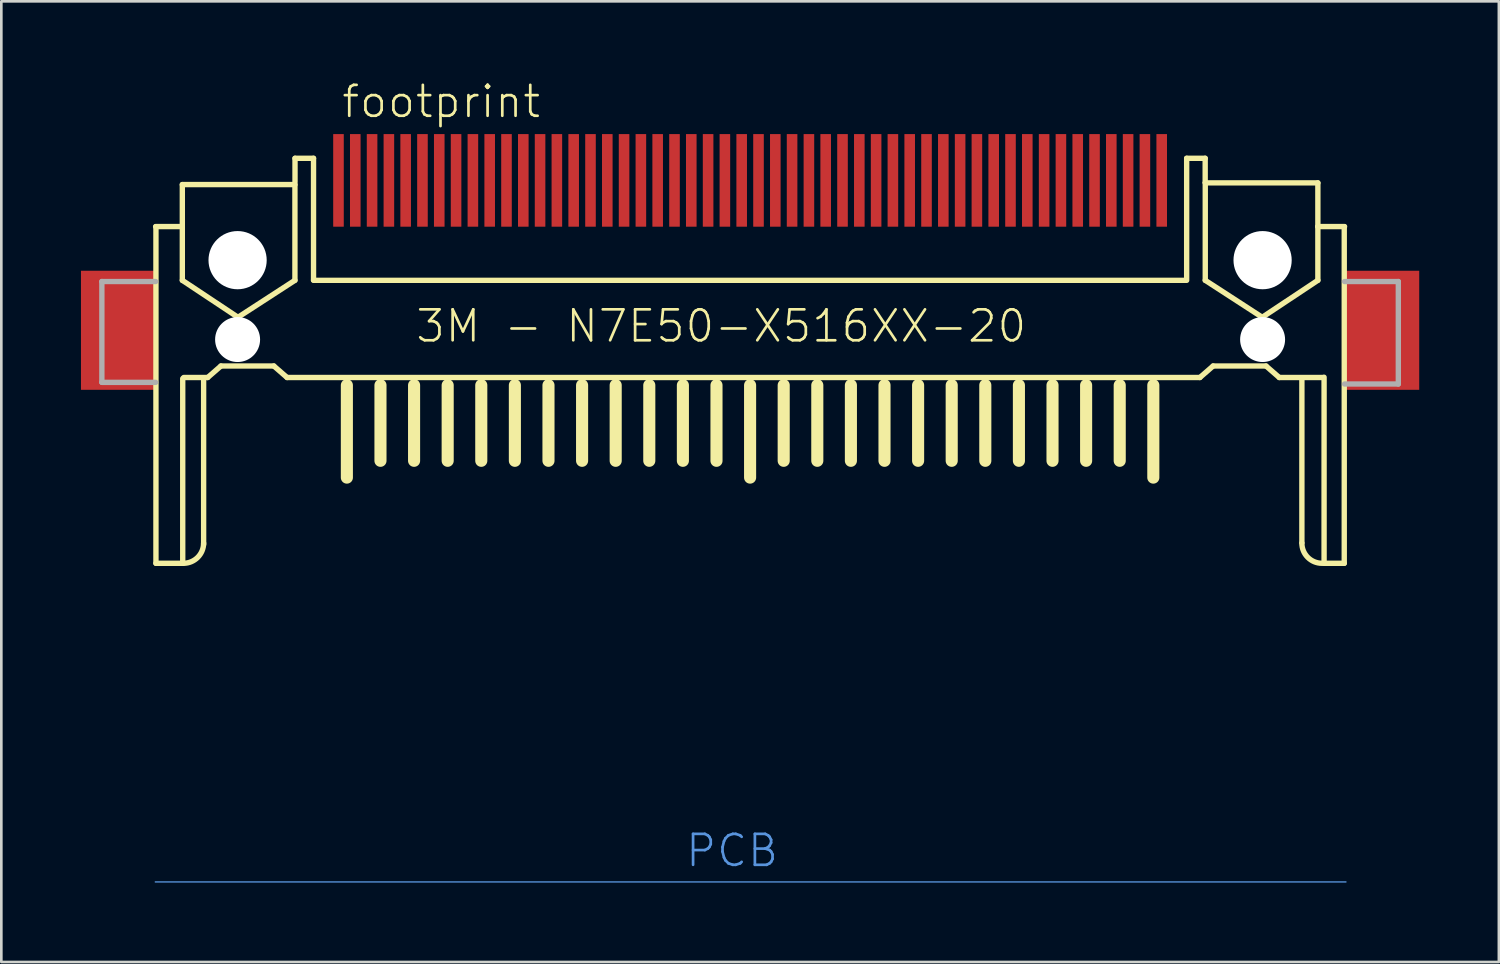
<source format=kicad_pcb>
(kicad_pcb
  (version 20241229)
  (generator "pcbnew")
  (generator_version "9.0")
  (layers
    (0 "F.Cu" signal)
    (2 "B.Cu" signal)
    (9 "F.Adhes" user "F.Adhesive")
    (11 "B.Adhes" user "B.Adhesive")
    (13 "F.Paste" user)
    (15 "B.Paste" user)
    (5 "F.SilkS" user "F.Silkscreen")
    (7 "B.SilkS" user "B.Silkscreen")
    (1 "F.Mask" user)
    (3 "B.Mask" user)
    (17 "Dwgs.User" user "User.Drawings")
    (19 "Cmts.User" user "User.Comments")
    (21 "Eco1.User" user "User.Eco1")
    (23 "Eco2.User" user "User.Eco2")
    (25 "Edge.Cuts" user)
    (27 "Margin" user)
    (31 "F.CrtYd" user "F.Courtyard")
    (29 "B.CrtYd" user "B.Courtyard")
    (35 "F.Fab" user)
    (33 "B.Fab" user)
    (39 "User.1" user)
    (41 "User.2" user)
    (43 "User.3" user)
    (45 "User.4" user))
  (footprint "footprint"
    (layer "F.Cu")
    (at 25.3 9.783)
    (property "Reference" "footprint" (at -15.495 -8.31 0) (layer "F.SilkS") (effects (font (size 1.168 1.168) (thickness 0.102)) (justify left bottom)))
    (fp_poly (pts (xy -25.29 1.9) (xy -22.49 1.9) (xy -22.49 -2.6) (xy -25.29 -2.6)) (stroke (width 0) (type solid)) (fill yes) (layer "F.Cu"))
    (fp_poly (pts (xy 22.49 1.9) (xy 25.29 1.9) (xy 25.29 -2.6) (xy 22.49 -2.6)) (stroke (width 0) (type solid)) (fill yes) (layer "F.Cu"))
    (fp_poly (pts (xy -25.3 1.9) (xy -22.5 1.9) (xy -22.5 -2.6) (xy -25.3 -2.6)) (stroke (width 0) (type solid)) (fill yes) (layer "F.Mask"))
    (fp_poly (pts (xy 22.5 1.9) (xy 25.3 1.9) (xy 25.3 -2.6) (xy 22.5 -2.6)) (stroke (width 0) (type solid)) (fill yes) (layer "F.Mask"))
    (fp_line (start -22.468 -4.27) (end -21.459 -4.27) (stroke (width 0.203) (type solid)) (layer "F.SilkS"))
    (fp_line (start -22.456 8.457) (end -22.456 -4.266) (stroke (width 0.203) (type solid)) (layer "F.SilkS"))
    (fp_line (start -21.459 -5.857) (end -17.203 -5.857) (stroke (width 0.203) (type solid)) (layer "F.SilkS"))
    (fp_line (start -21.459 -4.27) (end -21.459 -5.857) (stroke (width 0.203) (type solid)) (layer "F.SilkS"))
    (fp_line (start -21.459 -2.238) (end -21.459 -4.27) (stroke (width 0.203) (type solid)) (layer "F.SilkS"))
    (fp_line (start -21.444 1.476) (end -21.444 8.457) (stroke (width 0.203) (type solid)) (layer "F.SilkS"))
    (fp_line (start -21.444 8.457) (end -22.456 8.457) (stroke (width 0.203) (type solid)) (layer "F.SilkS"))
    (fp_line (start -21.406 1.435) (end -20.5 1.435) (stroke (width 0.203) (type solid)) (layer "F.SilkS"))
    (fp_line (start -20.654 1.452) (end -20.654 7.745) (stroke (width 0.203) (type solid)) (layer "F.SilkS"))
    (fp_line (start -20.5 1.435) (end -20 1) (stroke (width 0.203) (type solid)) (layer "F.SilkS"))
    (fp_line (start -20 1) (end -18 1) (stroke (width 0.203) (type solid)) (layer "F.SilkS"))
    (fp_line (start -19.356 -0.841) (end -21.459 -2.238) (stroke (width 0.203) (type solid)) (layer "F.SilkS"))
    (fp_line (start -18 1) (end -17.5 1.435) (stroke (width 0.203) (type solid)) (layer "F.SilkS"))
    (fp_line (start -17.5 1.435) (end 17 1.435) (stroke (width 0.203) (type solid)) (layer "F.SilkS"))
    (fp_line (start -17.203 -5.857) (end -17.203 -2.238) (stroke (width 0.203) (type solid)) (layer "F.SilkS"))
    (fp_line (start -17.203 -2.238) (end -19.356 -0.841) (stroke (width 0.203) (type solid)) (layer "F.SilkS"))
    (fp_line (start -17.2 -6.85) (end -17.2 -5.95) (stroke (width 0.203) (type solid)) (layer "F.SilkS"))
    (fp_line (start -16.5 -6.85) (end -17.2 -6.85) (stroke (width 0.203) (type solid)) (layer "F.SilkS"))
    (fp_line (start -16.5 -6.85) (end -16.5 -2.25) (stroke (width 0.203) (type solid)) (layer "F.SilkS"))
    (fp_line (start -16.5 -2.238) (end 16.5 -2.238) (stroke (width 0.203) (type solid)) (layer "F.SilkS"))
    (fp_line (start -15.24 1.726) (end -15.24 5.218) (stroke (width 0.457) (type solid)) (layer "F.SilkS"))
    (fp_line (start -13.97 1.726) (end -13.97 4.583) (stroke (width 0.457) (type solid)) (layer "F.SilkS"))
    (fp_line (start -12.7 1.726) (end -12.7 4.583) (stroke (width 0.457) (type solid)) (layer "F.SilkS"))
    (fp_line (start -11.43 1.726) (end -11.43 4.583) (stroke (width 0.457) (type solid)) (layer "F.SilkS"))
    (fp_line (start -10.16 1.726) (end -10.16 4.583) (stroke (width 0.457) (type solid)) (layer "F.SilkS"))
    (fp_line (start -8.89 1.726) (end -8.89 4.583) (stroke (width 0.457) (type solid)) (layer "F.SilkS"))
    (fp_line (start -7.62 1.726) (end -7.62 4.583) (stroke (width 0.457) (type solid)) (layer "F.SilkS"))
    (fp_line (start -6.35 1.726) (end -6.35 4.583) (stroke (width 0.457) (type solid)) (layer "F.SilkS"))
    (fp_line (start -5.08 1.726) (end -5.08 4.583) (stroke (width 0.457) (type solid)) (layer "F.SilkS"))
    (fp_line (start -3.81 1.726) (end -3.81 4.583) (stroke (width 0.457) (type solid)) (layer "F.SilkS"))
    (fp_line (start -2.54 1.726) (end -2.54 4.583) (stroke (width 0.457) (type solid)) (layer "F.SilkS"))
    (fp_line (start -1.27 1.726) (end -1.27 4.583) (stroke (width 0.457) (type solid)) (layer "F.SilkS"))
    (fp_line (start 0 1.726) (end 0 5.218) (stroke (width 0.457) (type solid)) (layer "F.SilkS"))
    (fp_line (start 1.27 1.726) (end 1.27 4.583) (stroke (width 0.457) (type solid)) (layer "F.SilkS"))
    (fp_line (start 2.54 1.726) (end 2.54 4.583) (stroke (width 0.457) (type solid)) (layer "F.SilkS"))
    (fp_line (start 3.81 1.726) (end 3.81 4.583) (stroke (width 0.457) (type solid)) (layer "F.SilkS"))
    (fp_line (start 5.08 1.726) (end 5.08 4.583) (stroke (width 0.457) (type solid)) (layer "F.SilkS"))
    (fp_line (start 6.35 1.726) (end 6.35 4.583) (stroke (width 0.457) (type solid)) (layer "F.SilkS"))
    (fp_line (start 7.62 1.726) (end 7.62 4.583) (stroke (width 0.457) (type solid)) (layer "F.SilkS"))
    (fp_line (start 8.89 1.726) (end 8.89 4.583) (stroke (width 0.457) (type solid)) (layer "F.SilkS"))
    (fp_line (start 10.16 1.726) (end 10.16 4.583) (stroke (width 0.457) (type solid)) (layer "F.SilkS"))
    (fp_line (start 11.43 1.726) (end 11.43 4.583) (stroke (width 0.457) (type solid)) (layer "F.SilkS"))
    (fp_line (start 12.7 1.726) (end 12.7 4.583) (stroke (width 0.457) (type solid)) (layer "F.SilkS"))
    (fp_line (start 13.97 1.726) (end 13.97 4.583) (stroke (width 0.457) (type solid)) (layer "F.SilkS"))
    (fp_line (start 15.24 1.726) (end 15.24 5.218) (stroke (width 0.457) (type solid)) (layer "F.SilkS"))
    (fp_line (start 16.5 -6.85) (end 16.5 -2.3) (stroke (width 0.203) (type solid)) (layer "F.SilkS"))
    (fp_line (start 17 1.435) (end 17.5 1) (stroke (width 0.203) (type solid)) (layer "F.SilkS"))
    (fp_line (start 17.2 -6.85) (end 16.5 -6.85) (stroke (width 0.203) (type solid)) (layer "F.SilkS"))
    (fp_line (start 17.2 -5.95) (end 17.2 -6.85) (stroke (width 0.203) (type solid)) (layer "F.SilkS"))
    (fp_line (start 17.203 -5.921) (end 21.459 -5.921) (stroke (width 0.203) (type solid)) (layer "F.SilkS"))
    (fp_line (start 17.203 -2.238) (end 17.203 -5.921) (stroke (width 0.203) (type solid)) (layer "F.SilkS"))
    (fp_line (start 17.5 1) (end 19.5 1) (stroke (width 0.203) (type solid)) (layer "F.SilkS"))
    (fp_line (start 19.356 -0.841) (end 17.203 -2.238) (stroke (width 0.203) (type solid)) (layer "F.SilkS"))
    (fp_line (start 19.5 1) (end 20 1.435) (stroke (width 0.203) (type solid)) (layer "F.SilkS"))
    (fp_line (start 20 1.435) (end 21.656 1.435) (stroke (width 0.203) (type solid)) (layer "F.SilkS"))
    (fp_line (start 20.855 1.466) (end 20.855 7.681) (stroke (width 0.203) (type solid)) (layer "F.SilkS"))
    (fp_line (start 21.459 -5.921) (end 21.459 -4.27) (stroke (width 0.203) (type solid)) (layer "F.SilkS"))
    (fp_line (start 21.459 -4.27) (end 21.459 -2.238) (stroke (width 0.203) (type solid)) (layer "F.SilkS"))
    (fp_line (start 21.459 -4.27) (end 22.468 -4.27) (stroke (width 0.203) (type solid)) (layer "F.SilkS"))
    (fp_line (start 21.459 -2.238) (end 19.356 -0.841) (stroke (width 0.203) (type solid)) (layer "F.SilkS"))
    (fp_line (start 21.694 8.457) (end 21.694 1.425) (stroke (width 0.203) (type solid)) (layer "F.SilkS"))
    (fp_line (start 22.456 -4.266) (end 22.456 8.457) (stroke (width 0.203) (type solid)) (layer "F.SilkS"))
    (fp_line (start 22.456 8.457) (end 21.694 8.457) (stroke (width 0.203) (type solid)) (layer "F.SilkS"))
    (fp_arc (start -20.6545 7.6945) (mid -20.877685 8.233315) (end -21.4165 8.4565) (stroke (width 0.2032) (type solid)) (layer "F.SilkS"))
    (fp_arc (start 21.6165 8.4565) (mid 21.077685 8.233315) (end 20.8545 7.6945) (stroke (width 0.2032) (type solid)) (layer "F.SilkS"))
    (fp_poly (pts (xy -25.25 1.85) (xy -22.55 1.85) (xy -22.55 -2.525) (xy -25.25 -2.525)) (stroke (width 0) (type solid)) (fill yes) (layer "F.Paste"))
    (fp_poly (pts (xy 22.55 1.85) (xy 25.25 1.85) (xy 25.25 -2.55) (xy 22.55 -2.55)) (stroke (width 0) (type solid)) (fill yes) (layer "F.Paste"))
    (fp_line (start -22.48 20.5) (end 22.52 20.5) (stroke (width 0.051) (type solid)) (layer "Cmts.User"))
    (fp_line (start -24.5 -2.192) (end -22.468 -2.192) (stroke (width 0.203) (type solid)) (layer "F.Fab"))
    (fp_line (start -24.5 1.618) (end -24.5 -2.192) (stroke (width 0.203) (type solid)) (layer "F.Fab"))
    (fp_line (start -22.468 1.618) (end -24.5 1.618) (stroke (width 0.203) (type solid)) (layer "F.Fab"))
    (fp_line (start 22.468 -2.192) (end 24.5 -2.192) (stroke (width 0.203) (type solid)) (layer "F.Fab"))
    (fp_line (start 24.5 -2.192) (end 24.5 1.681) (stroke (width 0.203) (type solid)) (layer "F.Fab"))
    (fp_line (start 24.5 1.681) (end 22.468 1.681) (stroke (width 0.203) (type solid)) (layer "F.Fab"))
    (fp_text user "3M - N7E50-X516XX-20" (at -12.7 0.175 0) (layer "F.SilkS") (effects (font (size 1.168 1.168) (thickness 0.102)) (justify left bottom)))
    (fp_text user "PCB" (at -2.5 20 0) (layer "Cmts.User") (effects (font (size 1.168 1.168) (thickness 0.102)) (justify left bottom)))
    (pad "" np_thru_hole circle (at -19.37 -3) (size 2.2 2.2) (drill 2.2) (layers "*.Cu" "*.Mask"))
    (pad "" np_thru_hole circle (at -19.37 0) (size 1.7 1.7) (drill 1.7) (layers "*.Cu" "*.Mask"))
    (pad "" np_thru_hole circle (at 19.37 -3) (size 2.2 2.2) (drill 2.2) (layers "*.Cu" "*.Mask"))
    (pad "" np_thru_hole circle (at 19.37 0) (size 1.7 1.7) (drill 1.7) (layers "*.Cu" "*.Mask"))
    (pad "1" smd rect (at -15.557 -6.015) (size 0.4 3.5) (layers "F.Cu" "F.Mask" "F.Paste"))
    (pad "2" smd rect (at -14.287 -6.015) (size 0.4 3.5) (layers "F.Cu" "F.Mask" "F.Paste"))
    (pad "3" smd rect (at -13.018 -6.015) (size 0.4 3.5) (layers "F.Cu" "F.Mask" "F.Paste"))
    (pad "4" smd rect (at -11.748 -6.015) (size 0.4 3.5) (layers "F.Cu" "F.Mask" "F.Paste"))
    (pad "5" smd rect (at -10.477 -6.015) (size 0.4 3.5) (layers "F.Cu" "F.Mask" "F.Paste"))
    (pad "6" smd rect (at -9.207 -6.015) (size 0.4 3.5) (layers "F.Cu" "F.Mask" "F.Paste"))
    (pad "7" smd rect (at -7.938 -6.015) (size 0.4 3.5) (layers "F.Cu" "F.Mask" "F.Paste"))
    (pad "8" smd rect (at -6.668 -6.015) (size 0.4 3.5) (layers "F.Cu" "F.Mask" "F.Paste"))
    (pad "9" smd rect (at -5.397 -6.015) (size 0.4 3.5) (layers "F.Cu" "F.Mask" "F.Paste"))
    (pad "10" smd rect (at -4.128 -6.015) (size 0.4 3.5) (layers "F.Cu" "F.Mask" "F.Paste"))
    (pad "11" smd rect (at -2.857 -6.015) (size 0.4 3.5) (layers "F.Cu" "F.Mask" "F.Paste"))
    (pad "12" smd rect (at -1.587 -6.015) (size 0.4 3.5) (layers "F.Cu" "F.Mask" "F.Paste"))
    (pad "13" smd rect (at -0.318 -6.015) (size 0.4 3.5) (layers "F.Cu" "F.Mask" "F.Paste"))
    (pad "14" smd rect (at 0.953 -6.015) (size 0.4 3.5) (layers "F.Cu" "F.Mask" "F.Paste"))
    (pad "15" smd rect (at 2.223 -6.015) (size 0.4 3.5) (layers "F.Cu" "F.Mask" "F.Paste"))
    (pad "16" smd rect (at 3.493 -6.015) (size 0.4 3.5) (layers "F.Cu" "F.Mask" "F.Paste"))
    (pad "17" smd rect (at 4.763 -6.015) (size 0.4 3.5) (layers "F.Cu" "F.Mask" "F.Paste"))
    (pad "18" smd rect (at 6.032 -6.015) (size 0.4 3.5) (layers "F.Cu" "F.Mask" "F.Paste"))
    (pad "19" smd rect (at 7.303 -6.015) (size 0.4 3.5) (layers "F.Cu" "F.Mask" "F.Paste"))
    (pad "20" smd rect (at 8.572 -6.015) (size 0.4 3.5) (layers "F.Cu" "F.Mask" "F.Paste"))
    (pad "21" smd rect (at 9.842 -6.015) (size 0.4 3.5) (layers "F.Cu" "F.Mask" "F.Paste"))
    (pad "22" smd rect (at 11.113 -6.015) (size 0.4 3.5) (layers "F.Cu" "F.Mask" "F.Paste"))
    (pad "23" smd rect (at 12.383 -6.015) (size 0.4 3.5) (layers "F.Cu" "F.Mask" "F.Paste"))
    (pad "24" smd rect (at 13.652 -6.015) (size 0.4 3.5) (layers "F.Cu" "F.Mask" "F.Paste"))
    (pad "25" smd rect (at 14.922 -6.015) (size 0.4 3.5) (layers "F.Cu" "F.Mask" "F.Paste"))
    (pad "26" smd rect (at -14.922 -6.015) (size 0.4 3.5) (layers "F.Cu" "F.Mask" "F.Paste"))
    (pad "27" smd rect (at -13.652 -6.015) (size 0.4 3.5) (layers "F.Cu" "F.Mask" "F.Paste"))
    (pad "28" smd rect (at -12.383 -6.015) (size 0.4 3.5) (layers "F.Cu" "F.Mask" "F.Paste"))
    (pad "29" smd rect (at -11.113 -6.015) (size 0.4 3.5) (layers "F.Cu" "F.Mask" "F.Paste"))
    (pad "30" smd rect (at -9.842 -6.015) (size 0.4 3.5) (layers "F.Cu" "F.Mask" "F.Paste"))
    (pad "31" smd rect (at -8.572 -6.015) (size 0.4 3.5) (layers "F.Cu" "F.Mask" "F.Paste"))
    (pad "32" smd rect (at -7.303 -6.015) (size 0.4 3.5) (layers "F.Cu" "F.Mask" "F.Paste"))
    (pad "33" smd rect (at -6.032 -6.015) (size 0.4 3.5) (layers "F.Cu" "F.Mask" "F.Paste"))
    (pad "34" smd rect (at -4.763 -6.015) (size 0.4 3.5) (layers "F.Cu" "F.Mask" "F.Paste"))
    (pad "35" smd rect (at -3.493 -6.015) (size 0.4 3.5) (layers "F.Cu" "F.Mask" "F.Paste"))
    (pad "36" smd rect (at -2.223 -6.015) (size 0.4 3.5) (layers "F.Cu" "F.Mask" "F.Paste"))
    (pad "37" smd rect (at -0.953 -6.015) (size 0.4 3.5) (layers "F.Cu" "F.Mask" "F.Paste"))
    (pad "38" smd rect (at 0.318 -6.015) (size 0.4 3.5) (layers "F.Cu" "F.Mask" "F.Paste"))
    (pad "39" smd rect (at 1.587 -6.015) (size 0.4 3.5) (layers "F.Cu" "F.Mask" "F.Paste"))
    (pad "40" smd rect (at 2.857 -6.015) (size 0.4 3.5) (layers "F.Cu" "F.Mask" "F.Paste"))
    (pad "41" smd rect (at 4.128 -6.015) (size 0.4 3.5) (layers "F.Cu" "F.Mask" "F.Paste"))
    (pad "42" smd rect (at 5.397 -6.015) (size 0.4 3.5) (layers "F.Cu" "F.Mask" "F.Paste"))
    (pad "43" smd rect (at 6.668 -6.015) (size 0.4 3.5) (layers "F.Cu" "F.Mask" "F.Paste"))
    (pad "44" smd rect (at 7.938 -6.015) (size 0.4 3.5) (layers "F.Cu" "F.Mask" "F.Paste"))
    (pad "45" smd rect (at 9.207 -6.015) (size 0.4 3.5) (layers "F.Cu" "F.Mask" "F.Paste"))
    (pad "46" smd rect (at 10.477 -6.015) (size 0.4 3.5) (layers "F.Cu" "F.Mask" "F.Paste"))
    (pad "47" smd rect (at 11.748 -6.015) (size 0.4 3.5) (layers "F.Cu" "F.Mask" "F.Paste"))
    (pad "48" smd rect (at 13.018 -6.015) (size 0.4 3.5) (layers "F.Cu" "F.Mask" "F.Paste"))
    (pad "49" smd rect (at 14.287 -6.015) (size 0.4 3.5) (layers "F.Cu" "F.Mask" "F.Paste"))
    (pad "50" smd rect (at 15.557 -6.015) (size 0.4 3.5) (layers "F.Cu" "F.Mask" "F.Paste")))
  (gr_rect
    (start -3 -3)
    (end 53.6 33.309)
    (stroke (width 0.1) (type default))
    (fill no)
    (layer "Edge.Cuts")))
</source>
